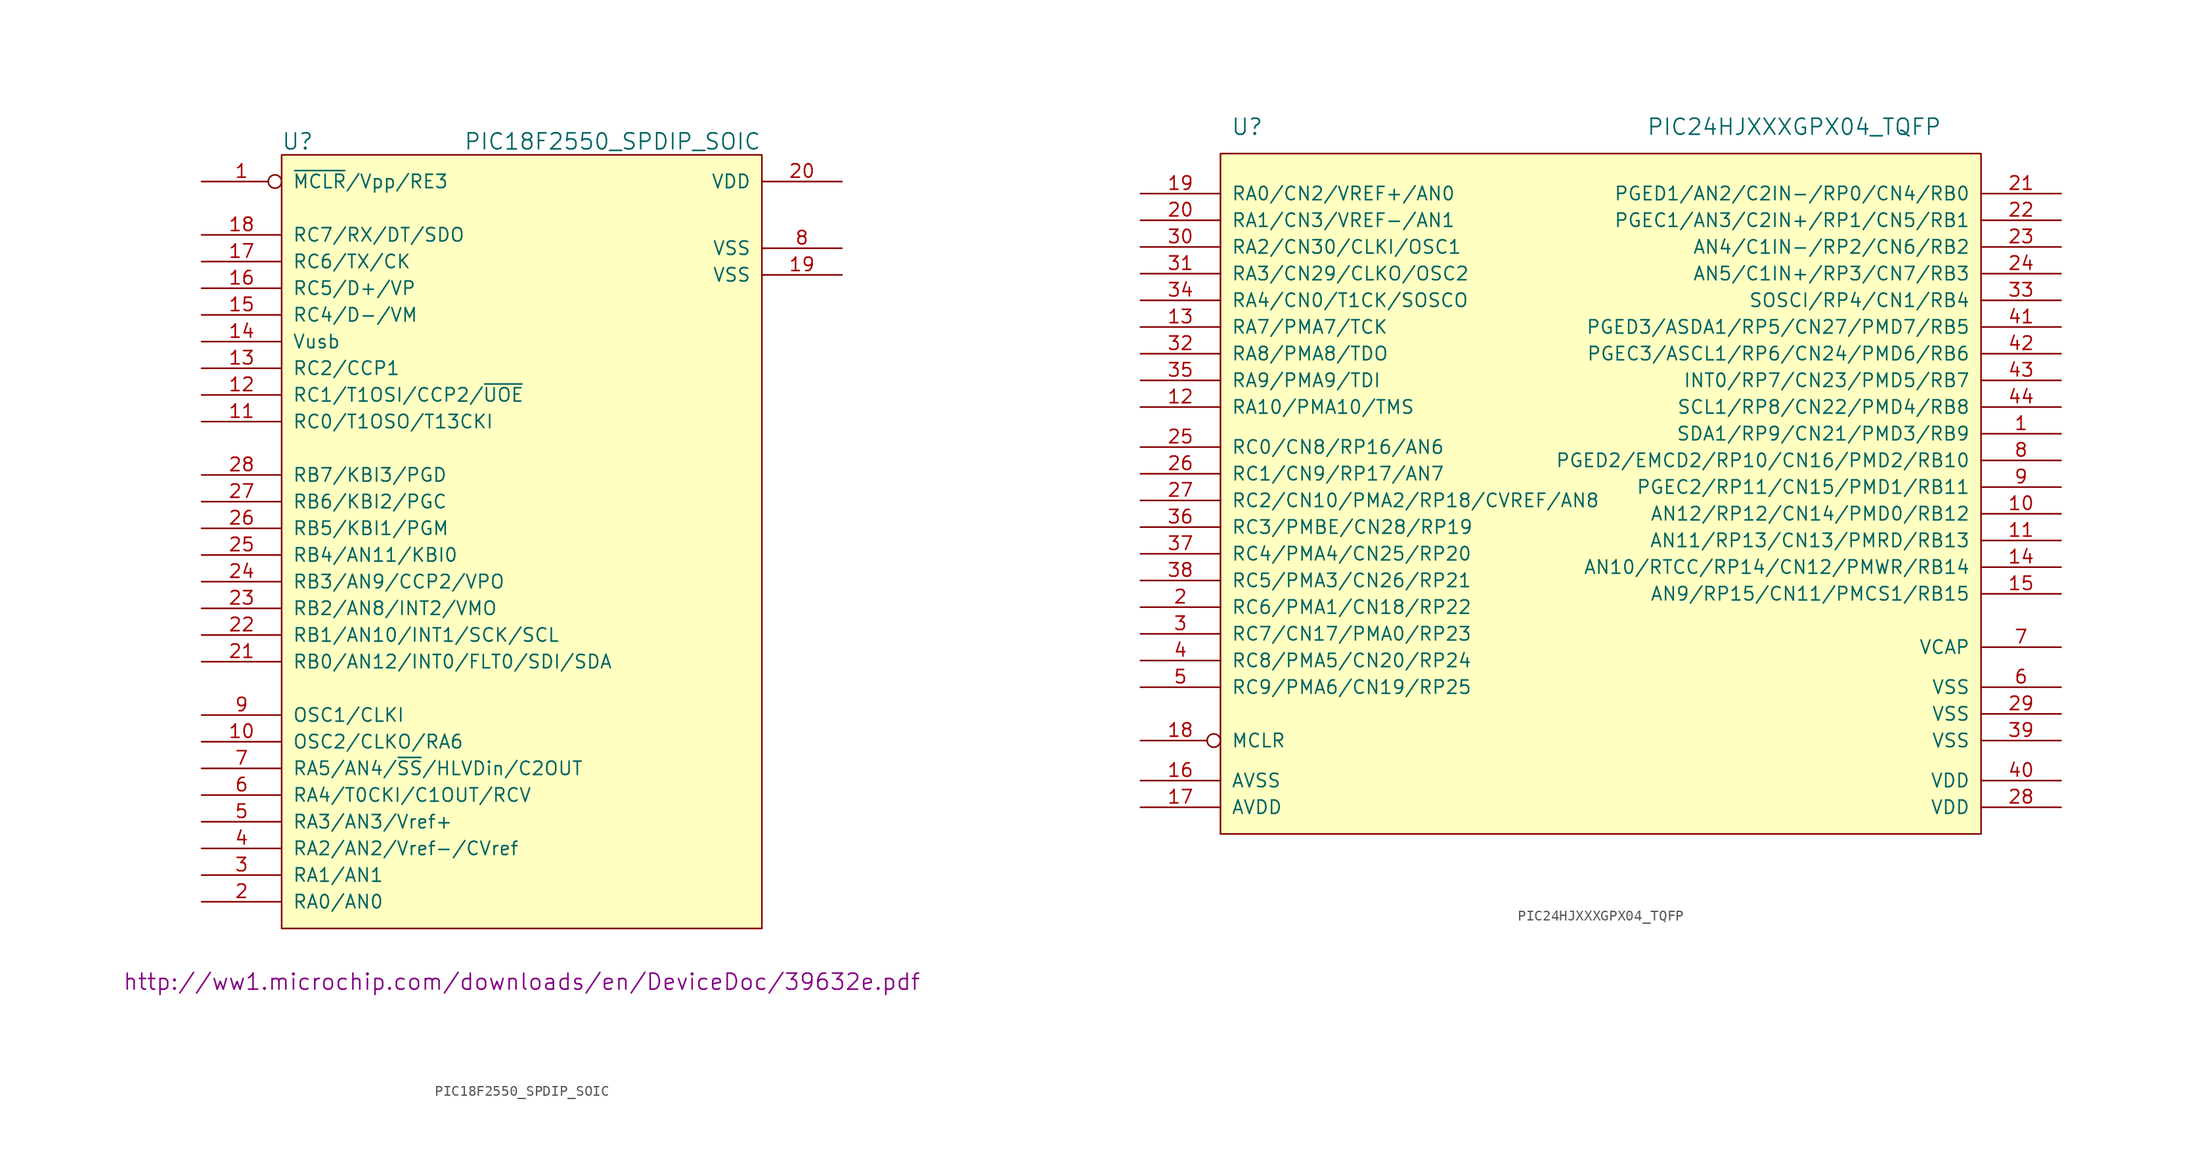
<source format=kicad_sym>
(kicad_symbol_lib
  (version 20211014)
  (generator kicad_symbol_editor)
  (symbol "PIC18F2550_SPDIP_SOIC"
    (pin_names
      (offset 1.016))
    (property "Reference" "U"
      (at -21.336 35.56 0)
      (effects (font (size 1.524 1.524))))
    (property "Value" "PIC18F2550_SPDIP_SOIC"
      (at 8.636 35.56 0)
      (effects (font (size 1.524 1.524))))
    (property "Footprint" ""
      (at 0 0 0)
      (effects (font (size 1.524 1.524))))
    (property "Datasheet" "http://ww1.microchip.com/downloads/en/DeviceDoc/39632e.pdf"
      (at 0 -44.45 0)
      (effects (font (size 1.524 1.524))))
    (symbol "PIC18F2550_SPDIP_SOIC_0_1"
      (rectangle (start -22.86 34.29) (end 22.86 -39.37) (stroke (width 0) (type default) (color 0 0 0 0)) (fill (type background))))
    (symbol "PIC18F2550_SPDIP_SOIC_1_1"
      (pin input inverted (at -30.48 31.75 0) (length 7.62) (name "~{MCLR}/Vpp/RE3" (effects (font (size 1.27 1.27)))) (number "1" (effects (font (size 1.27 1.27)))))
      (pin output line (at -30.48 -21.59 0) (length 7.62) (name "OSC2/CLKO/RA6" (effects (font (size 1.27 1.27)))) (number "10" (effects (font (size 1.27 1.27)))))
      (pin bidirectional line (at -30.48 8.89 0) (length 7.62) (name "RC0/T1OSO/T13CKI" (effects (font (size 1.27 1.27)))) (number "11" (effects (font (size 1.27 1.27)))))
      (pin bidirectional line (at -30.48 11.43 0) (length 7.62) (name "RC1/T1OSI/CCP2/~{UOE}" (effects (font (size 1.27 1.27)))) (number "12" (effects (font (size 1.27 1.27)))))
      (pin bidirectional line (at -30.48 13.97 0) (length 7.62) (name "RC2/CCP1" (effects (font (size 1.27 1.27)))) (number "13" (effects (font (size 1.27 1.27)))))
      (pin bidirectional line (at -30.48 16.51 0) (length 7.62) (name "Vusb" (effects (font (size 1.27 1.27)))) (number "14" (effects (font (size 1.27 1.27)))))
      (pin bidirectional line (at -30.48 19.05 0) (length 7.62) (name "RC4/D-/VM" (effects (font (size 1.27 1.27)))) (number "15" (effects (font (size 1.27 1.27)))))
      (pin bidirectional line (at -30.48 21.59 0) (length 7.62) (name "RC5/D+/VP" (effects (font (size 1.27 1.27)))) (number "16" (effects (font (size 1.27 1.27)))))
      (pin bidirectional line (at -30.48 24.13 0) (length 7.62) (name "RC6/TX/CK" (effects (font (size 1.27 1.27)))) (number "17" (effects (font (size 1.27 1.27)))))
      (pin bidirectional line (at -30.48 26.67 0) (length 7.62) (name "RC7/RX/DT/SDO" (effects (font (size 1.27 1.27)))) (number "18" (effects (font (size 1.27 1.27)))))
      (pin power_in line (at 30.48 22.86 180) (length 7.62) (name "VSS" (effects (font (size 1.27 1.27)))) (number "19" (effects (font (size 1.27 1.27)))))
      (pin bidirectional line (at -30.48 -36.83 0) (length 7.62) (name "RA0/AN0" (effects (font (size 1.27 1.27)))) (number "2" (effects (font (size 1.27 1.27)))))
      (pin power_in line (at 30.48 31.75 180) (length 7.62) (name "VDD" (effects (font (size 1.27 1.27)))) (number "20" (effects (font (size 1.27 1.27)))))
      (pin bidirectional line (at -30.48 -13.97 0) (length 7.62) (name "RB0/AN12/INT0/FLT0/SDI/SDA" (effects (font (size 1.27 1.27)))) (number "21" (effects (font (size 1.27 1.27)))))
      (pin bidirectional line (at -30.48 -11.43 0) (length 7.62) (name "RB1/AN10/INT1/SCK/SCL" (effects (font (size 1.27 1.27)))) (number "22" (effects (font (size 1.27 1.27)))))
      (pin bidirectional line (at -30.48 -8.89 0) (length 7.62) (name "RB2/AN8/INT2/VMO" (effects (font (size 1.27 1.27)))) (number "23" (effects (font (size 1.27 1.27)))))
      (pin bidirectional line (at -30.48 -6.35 0) (length 7.62) (name "RB3/AN9/CCP2/VPO" (effects (font (size 1.27 1.27)))) (number "24" (effects (font (size 1.27 1.27)))))
      (pin bidirectional line (at -30.48 -3.81 0) (length 7.62) (name "RB4/AN11/KBI0" (effects (font (size 1.27 1.27)))) (number "25" (effects (font (size 1.27 1.27)))))
      (pin bidirectional line (at -30.48 -1.27 0) (length 7.62) (name "RB5/KBI1/PGM" (effects (font (size 1.27 1.27)))) (number "26" (effects (font (size 1.27 1.27)))))
      (pin bidirectional line (at -30.48 1.27 0) (length 7.62) (name "RB6/KBI2/PGC" (effects (font (size 1.27 1.27)))) (number "27" (effects (font (size 1.27 1.27)))))
      (pin bidirectional line (at -30.48 3.81 0) (length 7.62) (name "RB7/KBI3/PGD" (effects (font (size 1.27 1.27)))) (number "28" (effects (font (size 1.27 1.27)))))
      (pin bidirectional line (at -30.48 -34.29 0) (length 7.62) (name "RA1/AN1" (effects (font (size 1.27 1.27)))) (number "3" (effects (font (size 1.27 1.27)))))
      (pin bidirectional line (at -30.48 -31.75 0) (length 7.62) (name "RA2/AN2/Vref-/CVref" (effects (font (size 1.27 1.27)))) (number "4" (effects (font (size 1.27 1.27)))))
      (pin bidirectional line (at -30.48 -29.21 0) (length 7.62) (name "RA3/AN3/Vref+" (effects (font (size 1.27 1.27)))) (number "5" (effects (font (size 1.27 1.27)))))
      (pin bidirectional line (at -30.48 -26.67 0) (length 7.62) (name "RA4/T0CKI/C1OUT/RCV" (effects (font (size 1.27 1.27)))) (number "6" (effects (font (size 1.27 1.27)))))
      (pin bidirectional line (at -30.48 -24.13 0) (length 7.62) (name "RA5/AN4/~{SS}/HLVDin/C2OUT" (effects (font (size 1.27 1.27)))) (number "7" (effects (font (size 1.27 1.27)))))
      (pin power_in line (at 30.48 25.4 180) (length 7.62) (name "VSS" (effects (font (size 1.27 1.27)))) (number "8" (effects (font (size 1.27 1.27)))))
      (pin input line (at -30.48 -19.05 0) (length 7.62) (name "OSC1/CLKI" (effects (font (size 1.27 1.27)))) (number "9" (effects (font (size 1.27 1.27)))))))
  (symbol "PIC24HJXXXGPX04_TQFP"
    (pin_names
      (offset 1.016))
    (property "Reference" "U"
      (at -34.29 36.83 0)
      (effects (font (size 1.524 1.524))))
    (property "Value" "PIC24HJXXXGPX04_TQFP"
      (at 17.78 36.83 0)
      (effects (font (size 1.524 1.524))))
    (symbol "PIC24HJXXXGPX04_TQFP_0_1"
      (rectangle (start -36.83 34.29) (end 35.56 -30.48) (stroke (width 0) (type default) (color 0 0 0 0)) (fill (type background))))
    (symbol "PIC24HJXXXGPX04_TQFP_1_1"
      (pin input line (at 43.18 7.62 180) (length 7.62) (name "SDA1/RP9/CN21/PMD3/RB9" (effects (font (size 1.27 1.27)))) (number "1" (effects (font (size 1.27 1.27)))))
      (pin input line (at 43.18 0 180) (length 7.62) (name "AN12/RP12/CN14/PMD0/RB12" (effects (font (size 1.27 1.27)))) (number "10" (effects (font (size 1.27 1.27)))))
      (pin input line (at 43.18 -2.54 180) (length 7.62) (name "AN11/RP13/CN13/PMRD/RB13" (effects (font (size 1.27 1.27)))) (number "11" (effects (font (size 1.27 1.27)))))
      (pin input line (at -44.45 10.16 0) (length 7.62) (name "RA10/PMA10/TMS" (effects (font (size 1.27 1.27)))) (number "12" (effects (font (size 1.27 1.27)))))
      (pin input line (at -44.45 17.78 0) (length 7.62) (name "RA7/PMA7/TCK" (effects (font (size 1.27 1.27)))) (number "13" (effects (font (size 1.27 1.27)))))
      (pin input line (at 43.18 -5.08 180) (length 7.62) (name "AN10/RTCC/RP14/CN12/PMWR/RB14" (effects (font (size 1.27 1.27)))) (number "14" (effects (font (size 1.27 1.27)))))
      (pin input line (at 43.18 -7.62 180) (length 7.62) (name "AN9/RP15/CN11/PMCS1/RB15" (effects (font (size 1.27 1.27)))) (number "15" (effects (font (size 1.27 1.27)))))
      (pin power_in line (at -44.45 -25.4 0) (length 7.62) (name "AVSS" (effects (font (size 1.27 1.27)))) (number "16" (effects (font (size 1.27 1.27)))))
      (pin power_in line (at -44.45 -27.94 0) (length 7.62) (name "AVDD" (effects (font (size 1.27 1.27)))) (number "17" (effects (font (size 1.27 1.27)))))
      (pin power_in inverted (at -44.45 -21.59 0) (length 7.62) (name "MCLR" (effects (font (size 1.27 1.27)))) (number "18" (effects (font (size 1.27 1.27)))))
      (pin input line (at -44.45 30.48 0) (length 7.62) (name "RA0/CN2/VREF+/AN0" (effects (font (size 1.27 1.27)))) (number "19" (effects (font (size 1.27 1.27)))))
      (pin input line (at -44.45 -8.89 0) (length 7.62) (name "RC6/PMA1/CN18/RP22" (effects (font (size 1.27 1.27)))) (number "2" (effects (font (size 1.27 1.27)))))
      (pin input line (at -44.45 27.94 0) (length 7.62) (name "RA1/CN3/VREF-/AN1" (effects (font (size 1.27 1.27)))) (number "20" (effects (font (size 1.27 1.27)))))
      (pin input line (at 43.18 30.48 180) (length 7.62) (name "PGED1/AN2/C2IN-/RP0/CN4/RB0" (effects (font (size 1.27 1.27)))) (number "21" (effects (font (size 1.27 1.27)))))
      (pin input line (at 43.18 27.94 180) (length 7.62) (name "PGEC1/AN3/C2IN+/RP1/CN5/RB1" (effects (font (size 1.27 1.27)))) (number "22" (effects (font (size 1.27 1.27)))))
      (pin input line (at 43.18 25.4 180) (length 7.62) (name "AN4/C1IN-/RP2/CN6/RB2" (effects (font (size 1.27 1.27)))) (number "23" (effects (font (size 1.27 1.27)))))
      (pin input line (at 43.18 22.86 180) (length 7.62) (name "AN5/C1IN+/RP3/CN7/RB3" (effects (font (size 1.27 1.27)))) (number "24" (effects (font (size 1.27 1.27)))))
      (pin input line (at -44.45 6.35 0) (length 7.62) (name "RC0/CN8/RP16/AN6" (effects (font (size 1.27 1.27)))) (number "25" (effects (font (size 1.27 1.27)))))
      (pin input line (at -44.45 3.81 0) (length 7.62) (name "RC1/CN9/RP17/AN7" (effects (font (size 1.27 1.27)))) (number "26" (effects (font (size 1.27 1.27)))))
      (pin input line (at -44.45 1.27 0) (length 7.62) (name "RC2/CN10/PMA2/RP18/CVREF/AN8" (effects (font (size 1.27 1.27)))) (number "27" (effects (font (size 1.27 1.27)))))
      (pin power_in line (at 43.18 -27.94 180) (length 7.62) (name "VDD" (effects (font (size 1.27 1.27)))) (number "28" (effects (font (size 1.27 1.27)))))
      (pin power_in line (at 43.18 -19.05 180) (length 7.62) (name "VSS" (effects (font (size 1.27 1.27)))) (number "29" (effects (font (size 1.27 1.27)))))
      (pin input line (at -44.45 -11.43 0) (length 7.62) (name "RC7/CN17/PMA0/RP23" (effects (font (size 1.27 1.27)))) (number "3" (effects (font (size 1.27 1.27)))))
      (pin input line (at -44.45 25.4 0) (length 7.62) (name "RA2/CN30/CLKI/OSC1" (effects (font (size 1.27 1.27)))) (number "30" (effects (font (size 1.27 1.27)))))
      (pin input line (at -44.45 22.86 0) (length 7.62) (name "RA3/CN29/CLKO/OSC2" (effects (font (size 1.27 1.27)))) (number "31" (effects (font (size 1.27 1.27)))))
      (pin input line (at -44.45 15.24 0) (length 7.62) (name "RA8/PMA8/TDO" (effects (font (size 1.27 1.27)))) (number "32" (effects (font (size 1.27 1.27)))))
      (pin input line (at 43.18 20.32 180) (length 7.62) (name "SOSCI/RP4/CN1/RB4" (effects (font (size 1.27 1.27)))) (number "33" (effects (font (size 1.27 1.27)))))
      (pin input line (at -44.45 20.32 0) (length 7.62) (name "RA4/CN0/T1CK/SOSCO" (effects (font (size 1.27 1.27)))) (number "34" (effects (font (size 1.27 1.27)))))
      (pin input line (at -44.45 12.7 0) (length 7.62) (name "RA9/PMA9/TDI" (effects (font (size 1.27 1.27)))) (number "35" (effects (font (size 1.27 1.27)))))
      (pin input line (at -44.45 -1.27 0) (length 7.62) (name "RC3/PMBE/CN28/RP19" (effects (font (size 1.27 1.27)))) (number "36" (effects (font (size 1.27 1.27)))))
      (pin input line (at -44.45 -3.81 0) (length 7.62) (name "RC4/PMA4/CN25/RP20" (effects (font (size 1.27 1.27)))) (number "37" (effects (font (size 1.27 1.27)))))
      (pin input line (at -44.45 -6.35 0) (length 7.62) (name "RC5/PMA3/CN26/RP21" (effects (font (size 1.27 1.27)))) (number "38" (effects (font (size 1.27 1.27)))))
      (pin power_in line (at 43.18 -21.59 180) (length 7.62) (name "VSS" (effects (font (size 1.27 1.27)))) (number "39" (effects (font (size 1.27 1.27)))))
      (pin input line (at -44.45 -13.97 0) (length 7.62) (name "RC8/PMA5/CN20/RP24" (effects (font (size 1.27 1.27)))) (number "4" (effects (font (size 1.27 1.27)))))
      (pin power_in line (at 43.18 -25.4 180) (length 7.62) (name "VDD" (effects (font (size 1.27 1.27)))) (number "40" (effects (font (size 1.27 1.27)))))
      (pin input line (at 43.18 17.78 180) (length 7.62) (name "PGED3/ASDA1/RP5/CN27/PMD7/RB5" (effects (font (size 1.27 1.27)))) (number "41" (effects (font (size 1.27 1.27)))))
      (pin input line (at 43.18 15.24 180) (length 7.62) (name "PGEC3/ASCL1/RP6/CN24/PMD6/RB6" (effects (font (size 1.27 1.27)))) (number "42" (effects (font (size 1.27 1.27)))))
      (pin input line (at 43.18 12.7 180) (length 7.62) (name "INT0/RP7/CN23/PMD5/RB7" (effects (font (size 1.27 1.27)))) (number "43" (effects (font (size 1.27 1.27)))))
      (pin input line (at 43.18 10.16 180) (length 7.62) (name "SCL1/RP8/CN22/PMD4/RB8" (effects (font (size 1.27 1.27)))) (number "44" (effects (font (size 1.27 1.27)))))
      (pin input line (at -44.45 -16.51 0) (length 7.62) (name "RC9/PMA6/CN19/RP25" (effects (font (size 1.27 1.27)))) (number "5" (effects (font (size 1.27 1.27)))))
      (pin power_in line (at 43.18 -16.51 180) (length 7.62) (name "VSS" (effects (font (size 1.27 1.27)))) (number "6" (effects (font (size 1.27 1.27)))))
      (pin power_out line (at 43.18 -12.7 180) (length 7.62) (name "VCAP" (effects (font (size 1.27 1.27)))) (number "7" (effects (font (size 1.27 1.27)))))
      (pin input line (at 43.18 5.08 180) (length 7.62) (name "PGED2/EMCD2/RP10/CN16/PMD2/RB10" (effects (font (size 1.27 1.27)))) (number "8" (effects (font (size 1.27 1.27)))))
      (pin input line (at 43.18 2.54 180) (length 7.62) (name "PGEC2/RP11/CN15/PMD1/RB11" (effects (font (size 1.27 1.27)))) (number "9" (effects (font (size 1.27 1.27))))))))
</source>
